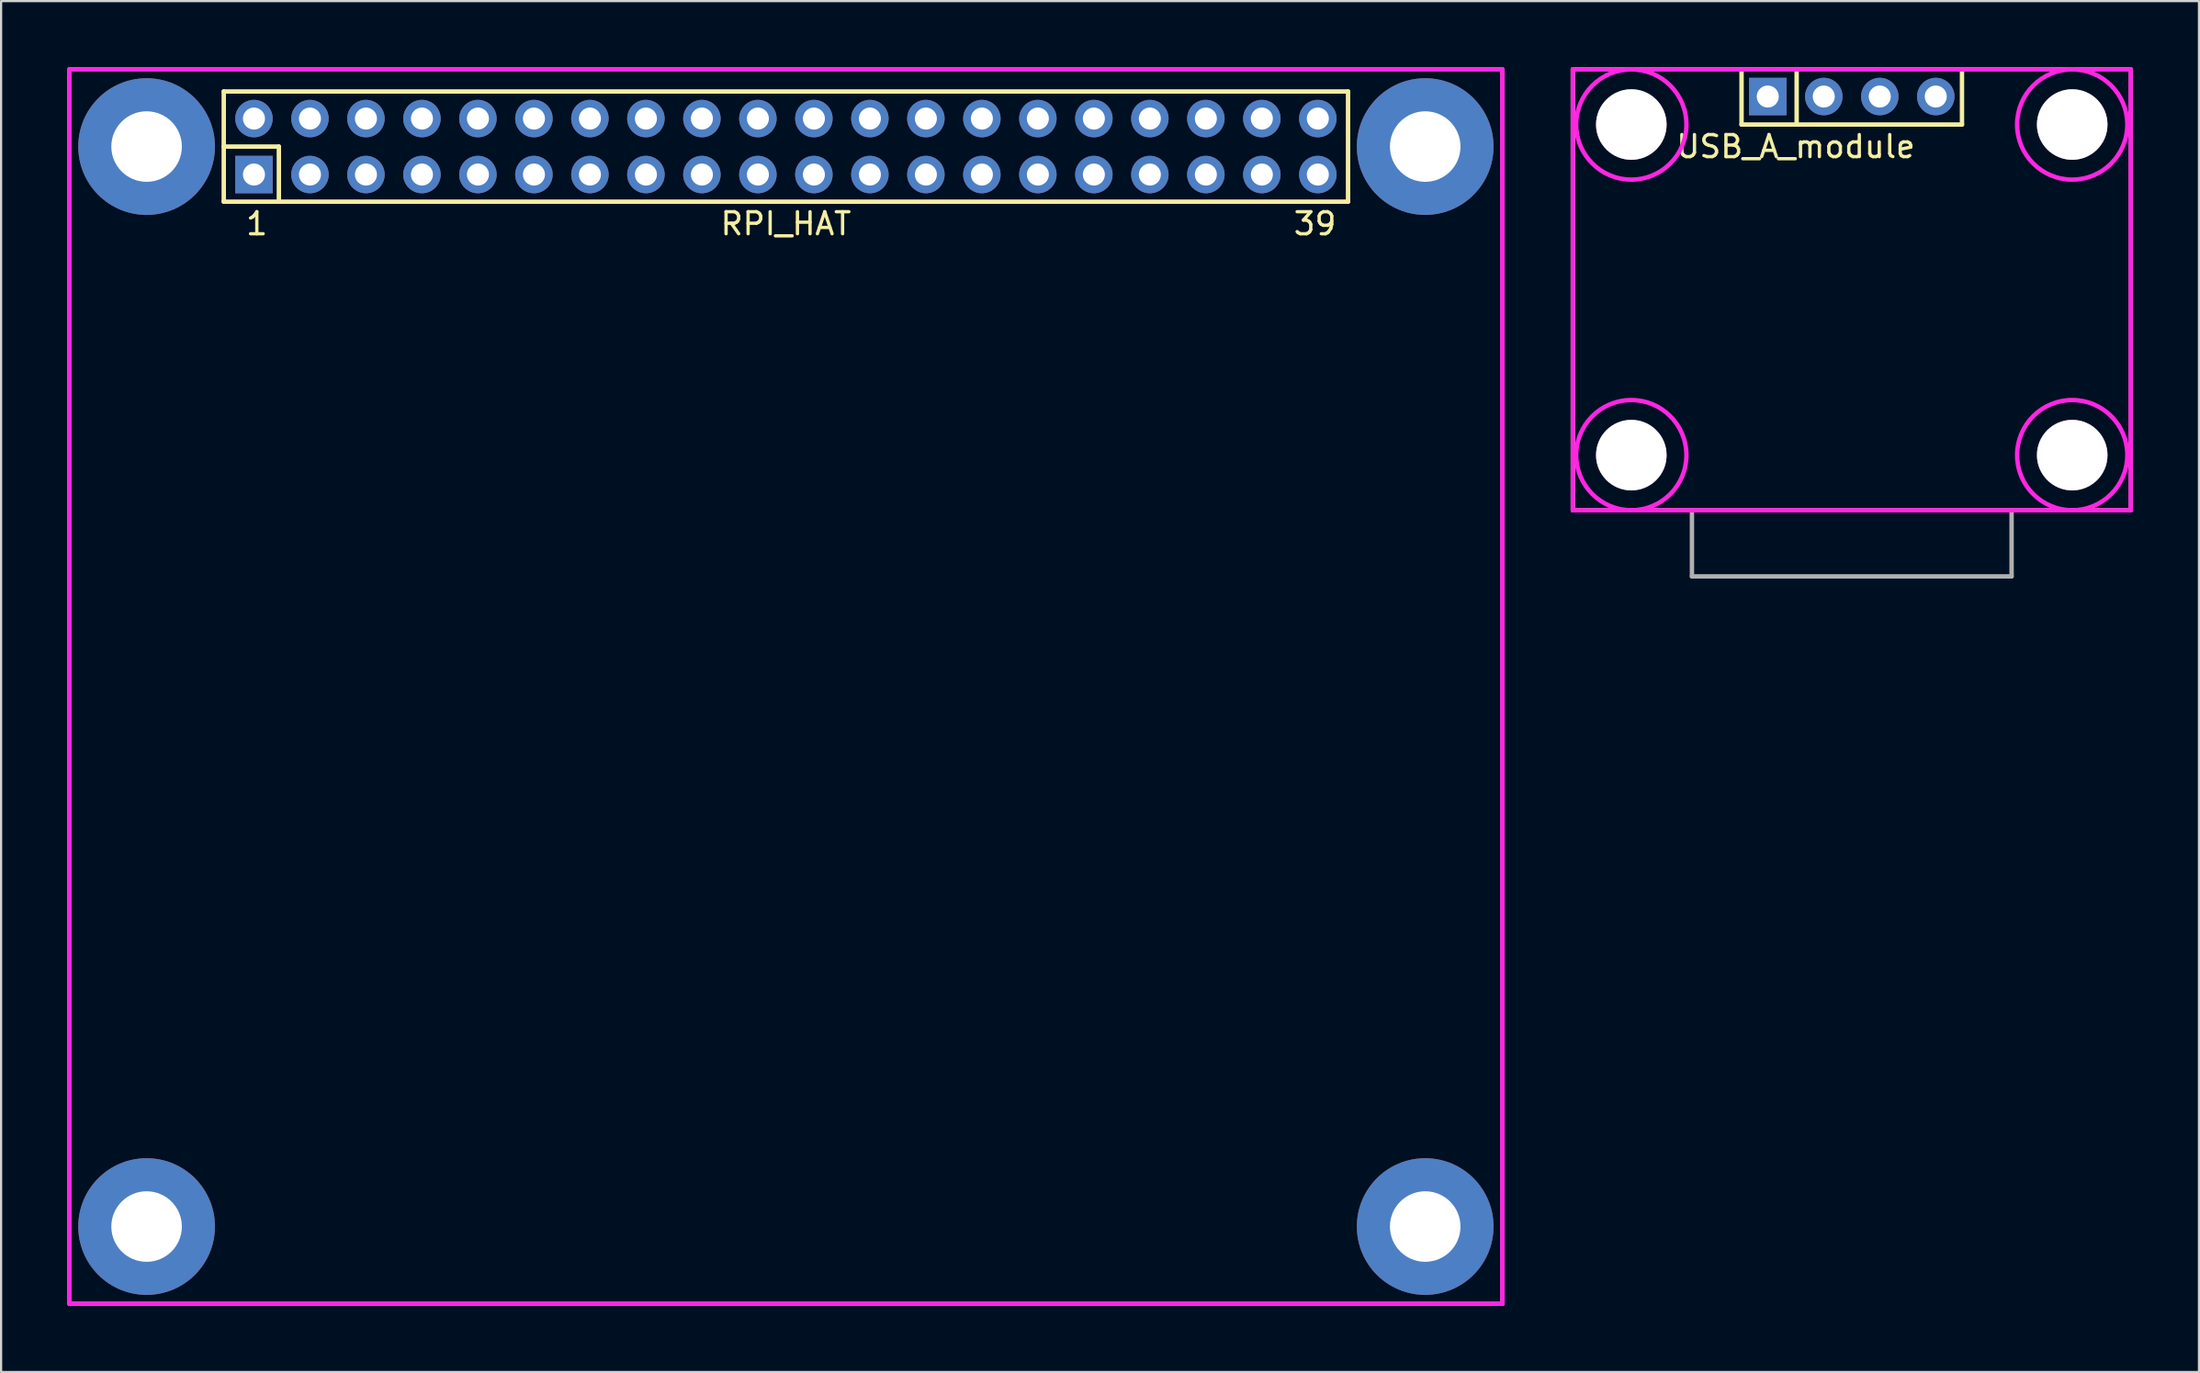
<source format=kicad_pcb>
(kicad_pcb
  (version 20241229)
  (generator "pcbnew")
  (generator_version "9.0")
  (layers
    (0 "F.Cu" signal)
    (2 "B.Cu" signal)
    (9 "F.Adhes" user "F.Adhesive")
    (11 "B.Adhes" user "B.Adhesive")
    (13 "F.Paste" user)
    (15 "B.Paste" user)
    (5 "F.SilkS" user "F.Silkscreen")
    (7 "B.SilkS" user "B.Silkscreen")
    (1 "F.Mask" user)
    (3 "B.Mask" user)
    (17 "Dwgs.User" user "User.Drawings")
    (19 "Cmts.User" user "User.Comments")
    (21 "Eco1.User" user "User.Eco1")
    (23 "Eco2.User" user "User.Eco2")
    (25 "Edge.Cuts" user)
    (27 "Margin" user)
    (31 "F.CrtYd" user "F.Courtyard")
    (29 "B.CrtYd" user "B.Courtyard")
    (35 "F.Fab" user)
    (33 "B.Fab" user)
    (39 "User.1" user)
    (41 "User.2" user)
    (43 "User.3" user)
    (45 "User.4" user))
  (footprint "USB_A_module"
    (layer "F.Cu")
    (at 80.95 2.6)
    (property "Reference" "USB_A_module" (at -2.54 1 0) (layer "F.SilkS") (effects (font (size 1 1) (thickness 0.15))))
    (attr through_hole)
    (fp_line (start -12.65 -2.5) (end -12.65 17.5) (stroke (width 0.2) (type solid)) (layer "F.SilkS"))
    (fp_line (start -12.65 -2.5) (end 12.65 -2.5) (stroke (width 0.2) (type solid)) (layer "F.SilkS"))
    (fp_line (start -5 -2.5) (end -5 0) (stroke (width 0.2) (type solid)) (layer "F.SilkS"))
    (fp_line (start -5 0) (end 5 0) (stroke (width 0.2) (type solid)) (layer "F.SilkS"))
    (fp_line (start -2.5 0) (end -2.5 -2.5) (stroke (width 0.2) (type solid)) (layer "F.SilkS"))
    (fp_line (start 5 -2.5) (end -5 -2.5) (stroke (width 0.2) (type solid)) (layer "F.SilkS"))
    (fp_line (start 5 0) (end 5 -2.5) (stroke (width 0.2) (type solid)) (layer "F.SilkS"))
    (fp_line (start 12.65 -2.5) (end 12.65 17.5) (stroke (width 0.2) (type solid)) (layer "F.SilkS"))
    (fp_line (start -12.65 -2.5) (end -12.65 17.5) (stroke (width 0.2) (type solid)) (layer "F.CrtYd"))
    (fp_line (start -12.65 -2.5) (end 12.65 -2.5) (stroke (width 0.2) (type solid)) (layer "F.CrtYd"))
    (fp_line (start -12.65 17.5) (end 12.65 17.5) (stroke (width 0.2) (type solid)) (layer "F.CrtYd"))
    (fp_line (start 12.65 -2.5) (end 12.65 17.5) (stroke (width 0.2) (type solid)) (layer "F.CrtYd"))
    (fp_circle (center -10 0) (end -12.5 0) (stroke (width 0.2) (type solid)) (fill no) (layer "F.CrtYd"))
    (fp_circle (center -10 15) (end -12 16.5) (stroke (width 0.2) (type solid)) (fill no) (layer "F.CrtYd"))
    (fp_circle (center 10 0) (end 7.5 0) (stroke (width 0.2) (type solid)) (fill no) (layer "F.CrtYd"))
    (fp_circle (center 10 15) (end 7.5 15) (stroke (width 0.2) (type solid)) (fill no) (layer "F.CrtYd"))
    (fp_line (start -12.65 -2.5) (end -12.65 17.5) (stroke (width 0.2) (type solid)) (layer "F.Fab"))
    (fp_line (start -12.65 -2.5) (end 12.65 -2.5) (stroke (width 0.2) (type solid)) (layer "F.Fab"))
    (fp_line (start -12.65 17.5) (end 12.65 17.5) (stroke (width 0.2) (type solid)) (layer "F.Fab"))
    (fp_line (start -7.25 17.5) (end -7.25 20.5) (stroke (width 0.2) (type solid)) (layer "F.Fab"))
    (fp_line (start -7.25 20.5) (end 7.25 20.5) (stroke (width 0.2) (type solid)) (layer "F.Fab"))
    (fp_line (start 7.25 17.5) (end 7.25 20.5) (stroke (width 0.2) (type solid)) (layer "F.Fab"))
    (fp_line (start 12.65 -2.5) (end 12.65 17.5) (stroke (width 0.2) (type solid)) (layer "F.Fab"))
    (pad "0" thru_hole circle (at -10 0) (size 3.2 3.2) (drill 3.2) (layers "*.Cu"))
    (pad "0" thru_hole circle (at -10 15) (size 3.2 3.2) (drill 3.2) (layers "*.Cu"))
    (pad "0" thru_hole circle (at 10 0) (size 3.2 3.2) (drill 3.2) (layers "*.Cu"))
    (pad "0" thru_hole circle (at 10 15) (size 3.2 3.2) (drill 3.2) (layers "*.Cu"))
    (pad "1" thru_hole rect (at -3.81 -1.27) (size 1.7 1.7) (drill 1) (layers "*.Cu" "*.Mask"))
    (pad "2" thru_hole circle (at -1.27 -1.27) (size 1.7 1.7) (drill 1) (layers "*.Cu" "*.Mask"))
    (pad "3" thru_hole circle (at 1.27 -1.27) (size 1.7 1.7) (drill 1) (layers "*.Cu" "*.Mask"))
    (pad "4" thru_hole circle (at 3.81 -1.27) (size 1.7 1.7) (drill 1) (layers "*.Cu" "*.Mask")))
  (footprint "RPI_HAT"
    (layer "F.Cu")
    (at 32.6 3.6)
    (property "Reference" "RPI_HAT" (at 0 3.5 0) (layer "F.SilkS") (effects (font (size 1 1) (thickness 0.15))))
    (attr through_hole)
    (fp_line (start -25.5 -2.5) (end -25.5 2.5) (stroke (width 0.2) (type solid)) (layer "F.SilkS"))
    (fp_line (start -25.5 0) (end -23 0) (stroke (width 0.2) (type solid)) (layer "F.SilkS"))
    (fp_line (start -25.5 2.5) (end 25.5 2.5) (stroke (width 0.2) (type solid)) (layer "F.SilkS"))
    (fp_line (start -23 0) (end -23 2.5) (stroke (width 0.2) (type solid)) (layer "F.SilkS"))
    (fp_line (start 25.5 -2.5) (end -25.5 -2.5) (stroke (width 0.2) (type solid)) (layer "F.SilkS"))
    (fp_line (start 25.5 2.5) (end 25.5 -2.5) (stroke (width 0.2) (type solid)) (layer "F.SilkS"))
    (fp_line (start -32.5 -3.5) (end -32.5 52.5) (stroke (width 0.2) (type solid)) (layer "F.CrtYd"))
    (fp_line (start -32.5 -3.5) (end 32.5 -3.5) (stroke (width 0.2) (type solid)) (layer "F.CrtYd"))
    (fp_line (start -32.5 52.5) (end 32.5 52.5) (stroke (width 0.2) (type solid)) (layer "F.CrtYd"))
    (fp_line (start 32.5 -3.5) (end 32.5 52.5) (stroke (width 0.2) (type solid)) (layer "F.CrtYd"))
    (fp_line (start -32.5 -3.5) (end -32.5 52.5) (stroke (width 0.2) (type solid)) (layer "F.Fab"))
    (fp_line (start -32.5 -3.5) (end 32.5 -3.5) (stroke (width 0.2) (type solid)) (layer "F.Fab"))
    (fp_line (start -32.5 52.5) (end 32.5 52.5) (stroke (width 0.2) (type solid)) (layer "F.Fab"))
    (fp_line (start 32.5 -3.5) (end 32.5 52.5) (stroke (width 0.2) (type solid)) (layer "F.Fab"))
    (fp_text user "39" (at 24 3.5 0) (layer "F.SilkS") (effects (font (size 1 1) (thickness 0.15))))
    (fp_text user "1" (at -24 3.5 0) (layer "F.SilkS") (effects (font (size 1 1) (thickness 0.15))))
    (pad "0" thru_hole circle (at -29 0) (size 6.2 6.2) (drill 3.2) (layers "*.Cu" "*.Mask"))
    (pad "0" thru_hole circle (at -29 49) (size 6.2 6.2) (drill 3.2) (layers "*.Cu" "*.Mask"))
    (pad "0" thru_hole circle (at 29 0) (size 6.2 6.2) (drill 3.2) (layers "*.Cu" "*.Mask"))
    (pad "0" thru_hole circle (at 29 49) (size 6.2 6.2) (drill 3.2) (layers "*.Cu" "*.Mask"))
    (pad "1" thru_hole rect (at -24.13 1.27) (size 1.7 1.7) (drill 1) (layers "*.Cu" "*.Mask"))
    (pad "2" thru_hole circle (at -24.13 -1.27) (size 1.7 1.7) (drill 1) (layers "*.Cu" "*.Mask"))
    (pad "3" thru_hole circle (at -21.59 1.27) (size 1.7 1.7) (drill 1) (layers "*.Cu" "*.Mask"))
    (pad "4" thru_hole circle (at -21.59 -1.27) (size 1.7 1.7) (drill 1) (layers "*.Cu" "*.Mask"))
    (pad "5" thru_hole circle (at -19.05 1.27) (size 1.7 1.7) (drill 1) (layers "*.Cu" "*.Mask"))
    (pad "6" thru_hole circle (at -19.05 -1.27) (size 1.7 1.7) (drill 1) (layers "*.Cu" "*.Mask"))
    (pad "7" thru_hole circle (at -16.51 1.27) (size 1.7 1.7) (drill 1) (layers "*.Cu" "*.Mask"))
    (pad "8" thru_hole circle (at -16.51 -1.27) (size 1.7 1.7) (drill 1) (layers "*.Cu" "*.Mask"))
    (pad "9" thru_hole circle (at -13.97 1.27) (size 1.7 1.7) (drill 1) (layers "*.Cu" "*.Mask"))
    (pad "10" thru_hole circle (at -13.97 -1.27) (size 1.7 1.7) (drill 1) (layers "*.Cu" "*.Mask"))
    (pad "11" thru_hole circle (at -11.43 1.27) (size 1.7 1.7) (drill 1) (layers "*.Cu" "*.Mask"))
    (pad "12" thru_hole circle (at -11.43 -1.27) (size 1.7 1.7) (drill 1) (layers "*.Cu" "*.Mask"))
    (pad "13" thru_hole circle (at -8.89 1.27) (size 1.7 1.7) (drill 1) (layers "*.Cu" "*.Mask"))
    (pad "14" thru_hole circle (at -8.89 -1.27) (size 1.7 1.7) (drill 1) (layers "*.Cu" "*.Mask"))
    (pad "15" thru_hole circle (at -6.35 1.27) (size 1.7 1.7) (drill 1) (layers "*.Cu" "*.Mask"))
    (pad "16" thru_hole circle (at -6.35 -1.27) (size 1.7 1.7) (drill 1) (layers "*.Cu" "*.Mask"))
    (pad "17" thru_hole circle (at -3.81 1.27) (size 1.7 1.7) (drill 1) (layers "*.Cu" "*.Mask"))
    (pad "18" thru_hole circle (at -3.81 -1.27) (size 1.7 1.7) (drill 1) (layers "*.Cu" "*.Mask"))
    (pad "19" thru_hole circle (at -1.27 1.27) (size 1.7 1.7) (drill 1) (layers "*.Cu" "*.Mask"))
    (pad "20" thru_hole circle (at -1.27 -1.27) (size 1.7 1.7) (drill 1) (layers "*.Cu" "*.Mask"))
    (pad "21" thru_hole circle (at 1.27 1.27) (size 1.7 1.7) (drill 1) (layers "*.Cu" "*.Mask"))
    (pad "22" thru_hole circle (at 1.27 -1.27) (size 1.7 1.7) (drill 1) (layers "*.Cu" "*.Mask"))
    (pad "23" thru_hole circle (at 3.81 1.27) (size 1.7 1.7) (drill 1) (layers "*.Cu" "*.Mask"))
    (pad "24" thru_hole circle (at 3.81 -1.27) (size 1.7 1.7) (drill 1) (layers "*.Cu" "*.Mask"))
    (pad "25" thru_hole circle (at 6.35 1.27) (size 1.7 1.7) (drill 1) (layers "*.Cu" "*.Mask"))
    (pad "26" thru_hole circle (at 6.35 -1.27) (size 1.7 1.7) (drill 1) (layers "*.Cu" "*.Mask"))
    (pad "27" thru_hole circle (at 8.89 1.27) (size 1.7 1.7) (drill 1) (layers "*.Cu" "*.Mask"))
    (pad "28" thru_hole circle (at 8.89 -1.27) (size 1.7 1.7) (drill 1) (layers "*.Cu" "*.Mask"))
    (pad "29" thru_hole circle (at 11.43 1.27) (size 1.7 1.7) (drill 1) (layers "*.Cu" "*.Mask"))
    (pad "30" thru_hole circle (at 11.43 -1.27) (size 1.7 1.7) (drill 1) (layers "*.Cu" "*.Mask"))
    (pad "31" thru_hole circle (at 13.97 1.27) (size 1.7 1.7) (drill 1) (layers "*.Cu" "*.Mask"))
    (pad "32" thru_hole circle (at 13.97 -1.27) (size 1.7 1.7) (drill 1) (layers "*.Cu" "*.Mask"))
    (pad "33" thru_hole circle (at 16.51 1.27) (size 1.7 1.7) (drill 1) (layers "*.Cu" "*.Mask"))
    (pad "34" thru_hole circle (at 16.51 -1.27) (size 1.7 1.7) (drill 1) (layers "*.Cu" "*.Mask"))
    (pad "35" thru_hole circle (at 19.05 1.27) (size 1.7 1.7) (drill 1) (layers "*.Cu" "*.Mask"))
    (pad "36" thru_hole circle (at 19.05 -1.27) (size 1.7 1.7) (drill 1) (layers "*.Cu" "*.Mask"))
    (pad "37" thru_hole circle (at 21.59 1.27) (size 1.7 1.7) (drill 1) (layers "*.Cu" "*.Mask"))
    (pad "38" thru_hole circle (at 21.59 -1.27) (size 1.7 1.7) (drill 1) (layers "*.Cu" "*.Mask"))
    (pad "39" thru_hole circle (at 24.13 1.27) (size 1.7 1.7) (drill 1) (layers "*.Cu" "*.Mask"))
    (pad "40" thru_hole circle (at 24.13 -1.27) (size 1.7 1.7) (drill 1) (layers "*.Cu" "*.Mask")))
  (gr_rect
    (start -3 -3)
    (end 96.7 59.2)
    (stroke (width 0.1) (type default))
    (fill no)
    (layer "Edge.Cuts")))
</source>
